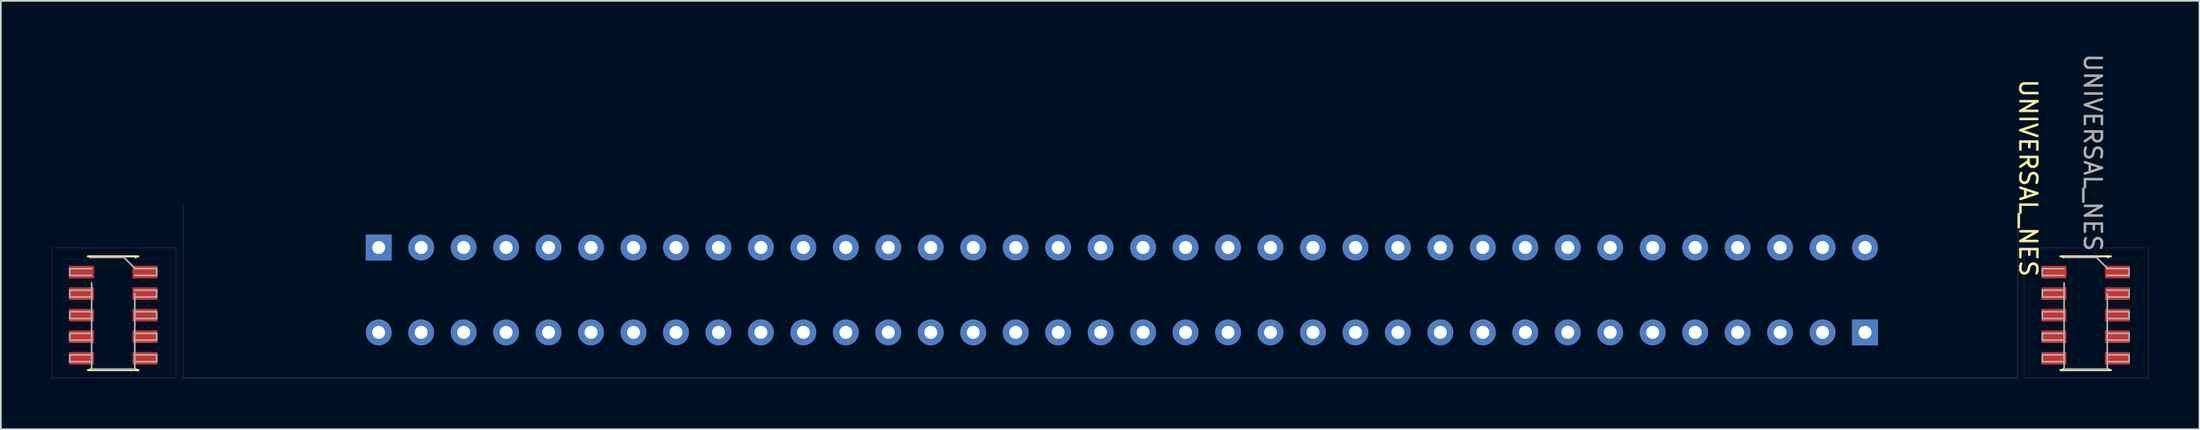
<source format=kicad_pcb>
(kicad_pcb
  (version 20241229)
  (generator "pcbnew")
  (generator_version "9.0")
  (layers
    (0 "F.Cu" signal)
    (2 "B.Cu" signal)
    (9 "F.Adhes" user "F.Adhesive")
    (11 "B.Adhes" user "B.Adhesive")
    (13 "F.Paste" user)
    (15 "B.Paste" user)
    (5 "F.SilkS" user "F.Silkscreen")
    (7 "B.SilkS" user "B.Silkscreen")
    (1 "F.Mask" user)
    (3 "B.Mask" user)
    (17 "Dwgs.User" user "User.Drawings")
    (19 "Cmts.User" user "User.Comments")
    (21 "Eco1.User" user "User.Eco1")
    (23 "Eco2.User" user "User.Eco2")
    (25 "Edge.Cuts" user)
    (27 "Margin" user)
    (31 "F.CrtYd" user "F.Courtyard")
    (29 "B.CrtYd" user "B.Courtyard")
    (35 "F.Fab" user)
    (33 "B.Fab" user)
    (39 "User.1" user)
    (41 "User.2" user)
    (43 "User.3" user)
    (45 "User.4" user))
  (footprint "UNIVERSAL_NES"
    (layer "F.Cu")
    (at 61.745 13.935)
    (property "Reference" "UNIVERSAL_NES" (at 54.6 -6.5 270) (unlocked yes) (layer "F.SilkS") (effects (font (size 1 1) (thickness 0.15))))
    (attr through_hole)
    (fp_line (start -59.62 -1.88) (end -56.65 -1.88) (stroke (width 0.12) (type solid)) (layer "F.SilkS"))
    (fp_line (start -59.615 4.82) (end -56.645 4.82) (stroke (width 0.12) (type solid)) (layer "F.SilkS"))
    (fp_line (start -59.465 -1.88) (end -59.465 -1.82) (stroke (width 0.12) (type solid)) (layer "F.SilkS"))
    (fp_line (start -59.46 4.76) (end -59.46 4.82) (stroke (width 0.12) (type solid)) (layer "F.SilkS"))
    (fp_line (start -56.805 -1.88) (end -56.805 -1.82) (stroke (width 0.12) (type solid)) (layer "F.SilkS"))
    (fp_line (start -56.8 4.76) (end -56.8 4.82) (stroke (width 0.12) (type solid)) (layer "F.SilkS"))
    (fp_line (start 56.5 -1.88) (end 59.47 -1.88) (stroke (width 0.12) (type solid)) (layer "F.SilkS"))
    (fp_line (start 56.505 4.82) (end 59.475 4.82) (stroke (width 0.12) (type solid)) (layer "F.SilkS"))
    (fp_line (start 56.655 -1.88) (end 56.655 -1.82) (stroke (width 0.12) (type solid)) (layer "F.SilkS"))
    (fp_line (start 56.66 4.76) (end 56.66 4.82) (stroke (width 0.12) (type solid)) (layer "F.SilkS"))
    (fp_line (start 59.315 -1.88) (end 59.315 -1.82) (stroke (width 0.12) (type solid)) (layer "F.SilkS"))
    (fp_line (start 59.32 4.76) (end 59.32 4.82) (stroke (width 0.12) (type solid)) (layer "F.SilkS"))
    (fp_rect (start -61.74 -2.39) (end -54.44 5.3) (stroke (width 0.01) (type default)) (fill no) (layer "F.CrtYd"))
    (fp_rect (start 54.38 -2.39) (end 61.68 5.3) (stroke (width 0.01) (type default)) (fill no) (layer "F.CrtYd"))
    (fp_line (start -60.685 -1.155) (end -59.4 -1.155) (stroke (width 0.1) (type solid)) (layer "F.Fab"))
    (fp_line (start -60.685 -0.755) (end -60.685 -1.155) (stroke (width 0.1) (type solid)) (layer "F.Fab"))
    (fp_line (start -60.685 0.115) (end -59.4 0.115) (stroke (width 0.1) (type solid)) (layer "F.Fab"))
    (fp_line (start -60.685 0.515) (end -60.685 0.115) (stroke (width 0.1) (type solid)) (layer "F.Fab"))
    (fp_line (start -60.685 1.385) (end -59.4 1.385) (stroke (width 0.1) (type solid)) (layer "F.Fab"))
    (fp_line (start -60.685 1.785) (end -60.685 1.385) (stroke (width 0.1) (type solid)) (layer "F.Fab"))
    (fp_line (start -60.685 2.655) (end -59.4 2.655) (stroke (width 0.1) (type solid)) (layer "F.Fab"))
    (fp_line (start -60.685 3.055) (end -60.685 2.655) (stroke (width 0.1) (type solid)) (layer "F.Fab"))
    (fp_line (start -60.685 3.925) (end -59.4 3.925) (stroke (width 0.1) (type solid)) (layer "F.Fab"))
    (fp_line (start -60.685 4.325) (end -60.685 3.925) (stroke (width 0.1) (type solid)) (layer "F.Fab"))
    (fp_line (start -59.405 -1.82) (end -57.5 -1.82) (stroke (width 0.1) (type solid)) (layer "F.Fab"))
    (fp_line (start -59.4 -0.755) (end -60.685 -0.755) (stroke (width 0.1) (type solid)) (layer "F.Fab"))
    (fp_line (start -59.4 0.515) (end -60.685 0.515) (stroke (width 0.1) (type solid)) (layer "F.Fab"))
    (fp_line (start -59.4 1.785) (end -60.685 1.785) (stroke (width 0.1) (type solid)) (layer "F.Fab"))
    (fp_line (start -59.4 3.055) (end -60.685 3.055) (stroke (width 0.1) (type solid)) (layer "F.Fab"))
    (fp_line (start -59.4 4.325) (end -60.685 4.325) (stroke (width 0.1) (type solid)) (layer "F.Fab"))
    (fp_line (start -59.4 4.76) (end -59.4 -0.32) (stroke (width 0.1) (type solid)) (layer "F.Fab"))
    (fp_line (start -57.5 -1.82) (end -56.865 -1.185) (stroke (width 0.1) (type solid)) (layer "F.Fab"))
    (fp_line (start -56.862 -1.16) (end -55.578 -1.16) (stroke (width 0.1) (type solid)) (layer "F.Fab"))
    (fp_line (start -56.86 0.115) (end -55.575 0.115) (stroke (width 0.1) (type solid)) (layer "F.Fab"))
    (fp_line (start -56.86 0.315) (end -56.86 4.76) (stroke (width 0.1) (type solid)) (layer "F.Fab"))
    (fp_line (start -56.86 1.385) (end -55.575 1.385) (stroke (width 0.1) (type solid)) (layer "F.Fab"))
    (fp_line (start -56.86 2.655) (end -55.575 2.655) (stroke (width 0.1) (type solid)) (layer "F.Fab"))
    (fp_line (start -56.86 3.925) (end -55.575 3.925) (stroke (width 0.1) (type solid)) (layer "F.Fab"))
    (fp_line (start -56.86 4.76) (end -59.4 4.76) (stroke (width 0.1) (type solid)) (layer "F.Fab"))
    (fp_line (start -55.578 -1.16) (end -55.578 -0.76) (stroke (width 0.1) (type solid)) (layer "F.Fab"))
    (fp_line (start -55.578 -0.76) (end -56.862 -0.76) (stroke (width 0.1) (type solid)) (layer "F.Fab"))
    (fp_line (start -55.575 0.115) (end -55.575 0.515) (stroke (width 0.1) (type solid)) (layer "F.Fab"))
    (fp_line (start -55.575 0.515) (end -56.86 0.515) (stroke (width 0.1) (type solid)) (layer "F.Fab"))
    (fp_line (start -55.575 1.385) (end -55.575 1.785) (stroke (width 0.1) (type solid)) (layer "F.Fab"))
    (fp_line (start -55.575 1.785) (end -56.86 1.785) (stroke (width 0.1) (type solid)) (layer "F.Fab"))
    (fp_line (start -55.575 2.655) (end -55.575 3.055) (stroke (width 0.1) (type solid)) (layer "F.Fab"))
    (fp_line (start -55.575 3.055) (end -56.86 3.055) (stroke (width 0.1) (type solid)) (layer "F.Fab"))
    (fp_line (start -55.575 3.925) (end -55.575 4.325) (stroke (width 0.1) (type solid)) (layer "F.Fab"))
    (fp_line (start -55.575 4.325) (end -56.86 4.325) (stroke (width 0.1) (type solid)) (layer "F.Fab"))
    (fp_line (start -54 -5) (end -54 5.3) (stroke (width 0.01) (type default)) (layer "F.Fab"))
    (fp_line (start -54 5.3) (end 54 5.3) (stroke (width 0.01) (type default)) (layer "F.Fab"))
    (fp_line (start 54 5.3) (end 54 -5) (stroke (width 0.01) (type default)) (layer "F.Fab"))
    (fp_line (start 55.435 -1.155) (end 56.72 -1.155) (stroke (width 0.1) (type solid)) (layer "F.Fab"))
    (fp_line (start 55.435 -0.755) (end 55.435 -1.155) (stroke (width 0.1) (type solid)) (layer "F.Fab"))
    (fp_line (start 55.435 0.115) (end 56.72 0.115) (stroke (width 0.1) (type solid)) (layer "F.Fab"))
    (fp_line (start 55.435 0.515) (end 55.435 0.115) (stroke (width 0.1) (type solid)) (layer "F.Fab"))
    (fp_line (start 55.435 1.385) (end 56.72 1.385) (stroke (width 0.1) (type solid)) (layer "F.Fab"))
    (fp_line (start 55.435 1.785) (end 55.435 1.385) (stroke (width 0.1) (type solid)) (layer "F.Fab"))
    (fp_line (start 55.435 2.655) (end 56.72 2.655) (stroke (width 0.1) (type solid)) (layer "F.Fab"))
    (fp_line (start 55.435 3.055) (end 55.435 2.655) (stroke (width 0.1) (type solid)) (layer "F.Fab"))
    (fp_line (start 55.435 3.925) (end 56.72 3.925) (stroke (width 0.1) (type solid)) (layer "F.Fab"))
    (fp_line (start 55.435 4.325) (end 55.435 3.925) (stroke (width 0.1) (type solid)) (layer "F.Fab"))
    (fp_line (start 56.715 -1.82) (end 58.62 -1.82) (stroke (width 0.1) (type solid)) (layer "F.Fab"))
    (fp_line (start 56.72 -0.755) (end 55.435 -0.755) (stroke (width 0.1) (type solid)) (layer "F.Fab"))
    (fp_line (start 56.72 0.515) (end 55.435 0.515) (stroke (width 0.1) (type solid)) (layer "F.Fab"))
    (fp_line (start 56.72 1.785) (end 55.435 1.785) (stroke (width 0.1) (type solid)) (layer "F.Fab"))
    (fp_line (start 56.72 3.055) (end 55.435 3.055) (stroke (width 0.1) (type solid)) (layer "F.Fab"))
    (fp_line (start 56.72 4.325) (end 55.435 4.325) (stroke (width 0.1) (type solid)) (layer "F.Fab"))
    (fp_line (start 56.72 4.76) (end 56.72 -0.32) (stroke (width 0.1) (type solid)) (layer "F.Fab"))
    (fp_line (start 58.62 -1.82) (end 59.255 -1.185) (stroke (width 0.1) (type solid)) (layer "F.Fab"))
    (fp_line (start 59.258 -1.16) (end 60.542 -1.16) (stroke (width 0.1) (type solid)) (layer "F.Fab"))
    (fp_line (start 59.26 0.115) (end 60.545 0.115) (stroke (width 0.1) (type solid)) (layer "F.Fab"))
    (fp_line (start 59.26 0.315) (end 59.26 4.76) (stroke (width 0.1) (type solid)) (layer "F.Fab"))
    (fp_line (start 59.26 1.385) (end 60.545 1.385) (stroke (width 0.1) (type solid)) (layer "F.Fab"))
    (fp_line (start 59.26 2.655) (end 60.545 2.655) (stroke (width 0.1) (type solid)) (layer "F.Fab"))
    (fp_line (start 59.26 3.925) (end 60.545 3.925) (stroke (width 0.1) (type solid)) (layer "F.Fab"))
    (fp_line (start 59.26 4.76) (end 56.72 4.76) (stroke (width 0.1) (type solid)) (layer "F.Fab"))
    (fp_line (start 60.542 -1.16) (end 60.542 -0.76) (stroke (width 0.1) (type solid)) (layer "F.Fab"))
    (fp_line (start 60.542 -0.76) (end 59.258 -0.76) (stroke (width 0.1) (type solid)) (layer "F.Fab"))
    (fp_line (start 60.545 0.115) (end 60.545 0.515) (stroke (width 0.1) (type solid)) (layer "F.Fab"))
    (fp_line (start 60.545 0.515) (end 59.26 0.515) (stroke (width 0.1) (type solid)) (layer "F.Fab"))
    (fp_line (start 60.545 1.385) (end 60.545 1.785) (stroke (width 0.1) (type solid)) (layer "F.Fab"))
    (fp_line (start 60.545 1.785) (end 59.26 1.785) (stroke (width 0.1) (type solid)) (layer "F.Fab"))
    (fp_line (start 60.545 2.655) (end 60.545 3.055) (stroke (width 0.1) (type solid)) (layer "F.Fab"))
    (fp_line (start 60.545 3.055) (end 59.26 3.055) (stroke (width 0.1) (type solid)) (layer "F.Fab"))
    (fp_line (start 60.545 3.925) (end 60.545 4.325) (stroke (width 0.1) (type solid)) (layer "F.Fab"))
    (fp_line (start 60.545 4.325) (end 59.26 4.325) (stroke (width 0.1) (type solid)) (layer "F.Fab"))
    (fp_text user "${REFERENCE}" (at 58.4 -8 270) (unlocked yes) (layer "F.Fab") (effects (font (size 1 1) (thickness 0.15))))
    (pad "1" thru_hole rect (at -42.5 -2.4 90) (size 1.524 1.524) (drill 0.762) (layers "*.Cu" "*.Mask"))
    (pad "2" thru_hole circle (at -40 -2.4 90) (size 1.524 1.524) (drill 0.762) (layers "*.Cu" "*.Mask"))
    (pad "3" thru_hole circle (at -37.5 -2.4 90) (size 1.524 1.524) (drill 0.762) (layers "*.Cu" "*.Mask"))
    (pad "4" thru_hole circle (at -35 -2.4 90) (size 1.524 1.524) (drill 0.762) (layers "*.Cu" "*.Mask"))
    (pad "5" thru_hole circle (at -32.5 -2.4 90) (size 1.524 1.524) (drill 0.762) (layers "*.Cu" "*.Mask"))
    (pad "6" thru_hole circle (at -30 -2.4 90) (size 1.524 1.524) (drill 0.762) (layers "*.Cu" "*.Mask"))
    (pad "7" thru_hole circle (at -27.5 -2.4 90) (size 1.524 1.524) (drill 0.762) (layers "*.Cu" "*.Mask"))
    (pad "8" thru_hole circle (at -25 -2.4 90) (size 1.524 1.524) (drill 0.762) (layers "*.Cu" "*.Mask"))
    (pad "9" thru_hole circle (at -22.5 -2.4 90) (size 1.524 1.524) (drill 0.762) (layers "*.Cu" "*.Mask"))
    (pad "10" thru_hole circle (at -20 -2.4 90) (size 1.524 1.524) (drill 0.762) (layers "*.Cu" "*.Mask"))
    (pad "11" thru_hole circle (at -17.5 -2.4 90) (size 1.524 1.524) (drill 0.762) (layers "*.Cu" "*.Mask"))
    (pad "12" thru_hole circle (at -15 -2.4 90) (size 1.524 1.524) (drill 0.762) (layers "*.Cu" "*.Mask"))
    (pad "13" thru_hole circle (at -12.5 -2.4 90) (size 1.524 1.524) (drill 0.762) (layers "*.Cu" "*.Mask"))
    (pad "14" thru_hole circle (at -10 -2.4 90) (size 1.524 1.524) (drill 0.762) (layers "*.Cu" "*.Mask"))
    (pad "15" thru_hole circle (at -7.5 -2.4 90) (size 1.524 1.524) (drill 0.762) (layers "*.Cu" "*.Mask"))
    (pad "16" thru_hole circle (at -5 -2.4 90) (size 1.524 1.524) (drill 0.762) (layers "*.Cu" "*.Mask"))
    (pad "17" thru_hole circle (at -2.5 -2.4 90) (size 1.524 1.524) (drill 0.762) (layers "*.Cu" "*.Mask"))
    (pad "18" thru_hole circle (at 0 -2.4 90) (size 1.524 1.524) (drill 0.762) (layers "*.Cu" "*.Mask"))
    (pad "19" thru_hole circle (at 2.5 -2.4 90) (size 1.524 1.524) (drill 0.762) (layers "*.Cu" "*.Mask"))
    (pad "20" thru_hole circle (at 5 -2.4 90) (size 1.524 1.524) (drill 0.762) (layers "*.Cu" "*.Mask"))
    (pad "21" thru_hole circle (at 7.5 -2.4 90) (size 1.524 1.524) (drill 0.762) (layers "*.Cu" "*.Mask"))
    (pad "22" thru_hole circle (at 10 -2.4 90) (size 1.524 1.524) (drill 0.762) (layers "*.Cu" "*.Mask"))
    (pad "23" thru_hole circle (at 12.5 -2.4 90) (size 1.524 1.524) (drill 0.762) (layers "*.Cu" "*.Mask"))
    (pad "24" thru_hole circle (at 15 -2.4 90) (size 1.524 1.524) (drill 0.762) (layers "*.Cu" "*.Mask"))
    (pad "25" thru_hole circle (at 17.5 -2.4 90) (size 1.524 1.524) (drill 0.762) (layers "*.Cu" "*.Mask"))
    (pad "26" thru_hole circle (at 20 -2.4 90) (size 1.524 1.524) (drill 0.762) (layers "*.Cu" "*.Mask"))
    (pad "27" thru_hole circle (at 22.5 -2.4 90) (size 1.524 1.524) (drill 0.762) (layers "*.Cu" "*.Mask"))
    (pad "28" thru_hole circle (at 25 -2.4 90) (size 1.524 1.524) (drill 0.762) (layers "*.Cu" "*.Mask"))
    (pad "29" thru_hole circle (at 27.5 -2.4 90) (size 1.524 1.524) (drill 0.762) (layers "*.Cu" "*.Mask"))
    (pad "30" thru_hole circle (at 30 -2.4 90) (size 1.524 1.524) (drill 0.762) (layers "*.Cu" "*.Mask"))
    (pad "31" thru_hole circle (at 32.5 -2.4 90) (size 1.524 1.524) (drill 0.762) (layers "*.Cu" "*.Mask"))
    (pad "32" thru_hole circle (at 35 -2.4 90) (size 1.524 1.524) (drill 0.762) (layers "*.Cu" "*.Mask"))
    (pad "33" thru_hole circle (at 37.5 -2.4 90) (size 1.524 1.524) (drill 0.762) (layers "*.Cu" "*.Mask"))
    (pad "34" thru_hole circle (at 40 -2.4 90) (size 1.524 1.524) (drill 0.762) (layers "*.Cu" "*.Mask"))
    (pad "35" thru_hole circle (at 42.5 -2.4 90) (size 1.524 1.524) (drill 0.762) (layers "*.Cu" "*.Mask"))
    (pad "36" thru_hole circle (at 45 -2.4 90) (size 1.524 1.524) (drill 0.762) (layers "*.Cu" "*.Mask"))
    (pad "37" thru_hole circle (at -42.5 2.6 90) (size 1.524 1.524) (drill 0.762) (layers "*.Cu" "*.Mask"))
    (pad "38" thru_hole circle (at -40 2.6 90) (size 1.524 1.524) (drill 0.762) (layers "*.Cu" "*.Mask"))
    (pad "39" thru_hole circle (at -37.5 2.6 90) (size 1.524 1.524) (drill 0.762) (layers "*.Cu" "*.Mask"))
    (pad "40" thru_hole circle (at -35 2.6 90) (size 1.524 1.524) (drill 0.762) (layers "*.Cu" "*.Mask"))
    (pad "41" thru_hole circle (at -32.5 2.6 90) (size 1.524 1.524) (drill 0.762) (layers "*.Cu" "*.Mask"))
    (pad "42" thru_hole circle (at -30 2.6 90) (size 1.524 1.524) (drill 0.762) (layers "*.Cu" "*.Mask"))
    (pad "43" thru_hole circle (at -27.5 2.6 90) (size 1.524 1.524) (drill 0.762) (layers "*.Cu" "*.Mask"))
    (pad "44" thru_hole circle (at -25 2.6 90) (size 1.524 1.524) (drill 0.762) (layers "*.Cu" "*.Mask"))
    (pad "45" thru_hole circle (at -22.5 2.6 90) (size 1.524 1.524) (drill 0.762) (layers "*.Cu" "*.Mask"))
    (pad "46" thru_hole circle (at -20 2.6 90) (size 1.524 1.524) (drill 0.762) (layers "*.Cu" "*.Mask"))
    (pad "47" thru_hole circle (at -17.5 2.6 90) (size 1.524 1.524) (drill 0.762) (layers "*.Cu" "*.Mask"))
    (pad "48" thru_hole circle (at -15 2.6 90) (size 1.524 1.524) (drill 0.762) (layers "*.Cu" "*.Mask"))
    (pad "49" thru_hole circle (at -12.5 2.6 90) (size 1.524 1.524) (drill 0.762) (layers "*.Cu" "*.Mask"))
    (pad "50" thru_hole circle (at -10 2.6 90) (size 1.524 1.524) (drill 0.762) (layers "*.Cu" "*.Mask"))
    (pad "51" thru_hole circle (at -7.5 2.6 90) (size 1.524 1.524) (drill 0.762) (layers "*.Cu" "*.Mask"))
    (pad "52" thru_hole circle (at -5 2.6 90) (size 1.524 1.524) (drill 0.762) (layers "*.Cu" "*.Mask"))
    (pad "53" thru_hole circle (at -2.5 2.6 90) (size 1.524 1.524) (drill 0.762) (layers "*.Cu" "*.Mask"))
    (pad "54" thru_hole circle (at 0 2.6 90) (size 1.524 1.524) (drill 0.762) (layers "*.Cu" "*.Mask"))
    (pad "55" thru_hole circle (at 2.5 2.6 90) (size 1.524 1.524) (drill 0.762) (layers "*.Cu" "*.Mask"))
    (pad "56" thru_hole circle (at 5 2.6 90) (size 1.524 1.524) (drill 0.762) (layers "*.Cu" "*.Mask"))
    (pad "57" thru_hole circle (at 7.5 2.6 90) (size 1.524 1.524) (drill 0.762) (layers "*.Cu" "*.Mask"))
    (pad "58" thru_hole circle (at 10 2.6 90) (size 1.524 1.524) (drill 0.762) (layers "*.Cu" "*.Mask"))
    (pad "59" thru_hole circle (at 12.5 2.6 90) (size 1.524 1.524) (drill 0.762) (layers "*.Cu" "*.Mask"))
    (pad "60" thru_hole circle (at 15 2.6 90) (size 1.524 1.524) (drill 0.762) (layers "*.Cu" "*.Mask"))
    (pad "61" thru_hole circle (at 17.5 2.6 90) (size 1.524 1.524) (drill 0.762) (layers "*.Cu" "*.Mask"))
    (pad "62" thru_hole circle (at 20 2.6 90) (size 1.524 1.524) (drill 0.762) (layers "*.Cu" "*.Mask"))
    (pad "63" thru_hole circle (at 22.5 2.6 90) (size 1.524 1.524) (drill 0.762) (layers "*.Cu" "*.Mask"))
    (pad "64" thru_hole circle (at 25 2.6 90) (size 1.524 1.524) (drill 0.762) (layers "*.Cu" "*.Mask"))
    (pad "65" thru_hole circle (at 27.5 2.6 90) (size 1.524 1.524) (drill 0.762) (layers "*.Cu" "*.Mask"))
    (pad "66" thru_hole circle (at 30 2.6 90) (size 1.524 1.524) (drill 0.762) (layers "*.Cu" "*.Mask"))
    (pad "67" thru_hole circle (at 32.5 2.6 90) (size 1.524 1.524) (drill 0.762) (layers "*.Cu" "*.Mask"))
    (pad "68" thru_hole circle (at 35 2.6 90) (size 1.524 1.524) (drill 0.762) (layers "*.Cu" "*.Mask"))
    (pad "69" thru_hole circle (at 37.5 2.6 90) (size 1.524 1.524) (drill 0.762) (layers "*.Cu" "*.Mask"))
    (pad "70" thru_hole circle (at 40 2.6 90) (size 1.524 1.524) (drill 0.762) (layers "*.Cu" "*.Mask"))
    (pad "71" thru_hole circle (at 42.5 2.6 90) (size 1.524 1.524) (drill 0.762) (layers "*.Cu" "*.Mask"))
    (pad "72" thru_hole rect (at 45 2.6 90) (size 1.524 1.524) (drill 0.762) (layers "*.Cu" "*.Mask"))
    (pad "73" smd rect (at -56.26 -0.955) (size 1.47 0.74) (layers "F.Cu" "F.Mask" "F.Paste"))
    (pad "74" smd rect (at -60 -0.955) (size 1.47 0.74) (layers "F.Cu" "F.Mask" "F.Paste"))
    (pad "75" smd rect (at -56.26 0.315) (size 1.47 0.74) (layers "F.Cu" "F.Mask" "F.Paste"))
    (pad "76" smd rect (at -60 0.315) (size 1.47 0.74) (layers "F.Cu" "F.Mask" "F.Paste"))
    (pad "77" smd rect (at -56.26 1.585) (size 1.47 0.74) (layers "F.Cu" "F.Mask" "F.Paste"))
    (pad "78" smd rect (at -60 1.585) (size 1.47 0.74) (layers "F.Cu" "F.Mask" "F.Paste"))
    (pad "79" smd rect (at -56.26 2.855) (size 1.47 0.74) (layers "F.Cu" "F.Mask" "F.Paste"))
    (pad "80" smd rect (at -60 2.855) (size 1.47 0.74) (layers "F.Cu" "F.Mask" "F.Paste"))
    (pad "81" smd rect (at -56.26 4.125) (size 1.47 0.74) (layers "F.Cu" "F.Mask" "F.Paste"))
    (pad "82" smd rect (at -60 4.125) (size 1.47 0.74) (layers "F.Cu" "F.Mask" "F.Paste"))
    (pad "83" smd rect (at 59.86 -0.955) (size 1.47 0.74) (layers "F.Cu" "F.Mask" "F.Paste"))
    (pad "84" smd rect (at 56.12 -0.955) (size 1.47 0.74) (layers "F.Cu" "F.Mask" "F.Paste"))
    (pad "85" smd rect (at 59.86 0.315) (size 1.47 0.74) (layers "F.Cu" "F.Mask" "F.Paste"))
    (pad "86" smd rect (at 56.12 0.315) (size 1.47 0.74) (layers "F.Cu" "F.Mask" "F.Paste"))
    (pad "87" smd rect (at 59.86 1.585) (size 1.47 0.74) (layers "F.Cu" "F.Mask" "F.Paste"))
    (pad "88" smd rect (at 56.12 1.585) (size 1.47 0.74) (layers "F.Cu" "F.Mask" "F.Paste"))
    (pad "89" smd rect (at 59.86 2.855) (size 1.47 0.74) (layers "F.Cu" "F.Mask" "F.Paste"))
    (pad "90" smd rect (at 56.12 2.855) (size 1.47 0.74) (layers "F.Cu" "F.Mask" "F.Paste"))
    (pad "91" smd rect (at 59.86 4.125) (size 1.47 0.74) (layers "F.Cu" "F.Mask" "F.Paste"))
    (pad "92" smd rect (at 56.12 4.125) (size 1.47 0.74) (layers "F.Cu" "F.Mask" "F.Paste")))
  (gr_rect
    (start -3 -3)
    (end 126.43 22.24)
    (stroke (width 0.1) (type default))
    (fill no)
    (layer "Edge.Cuts")))
</source>
